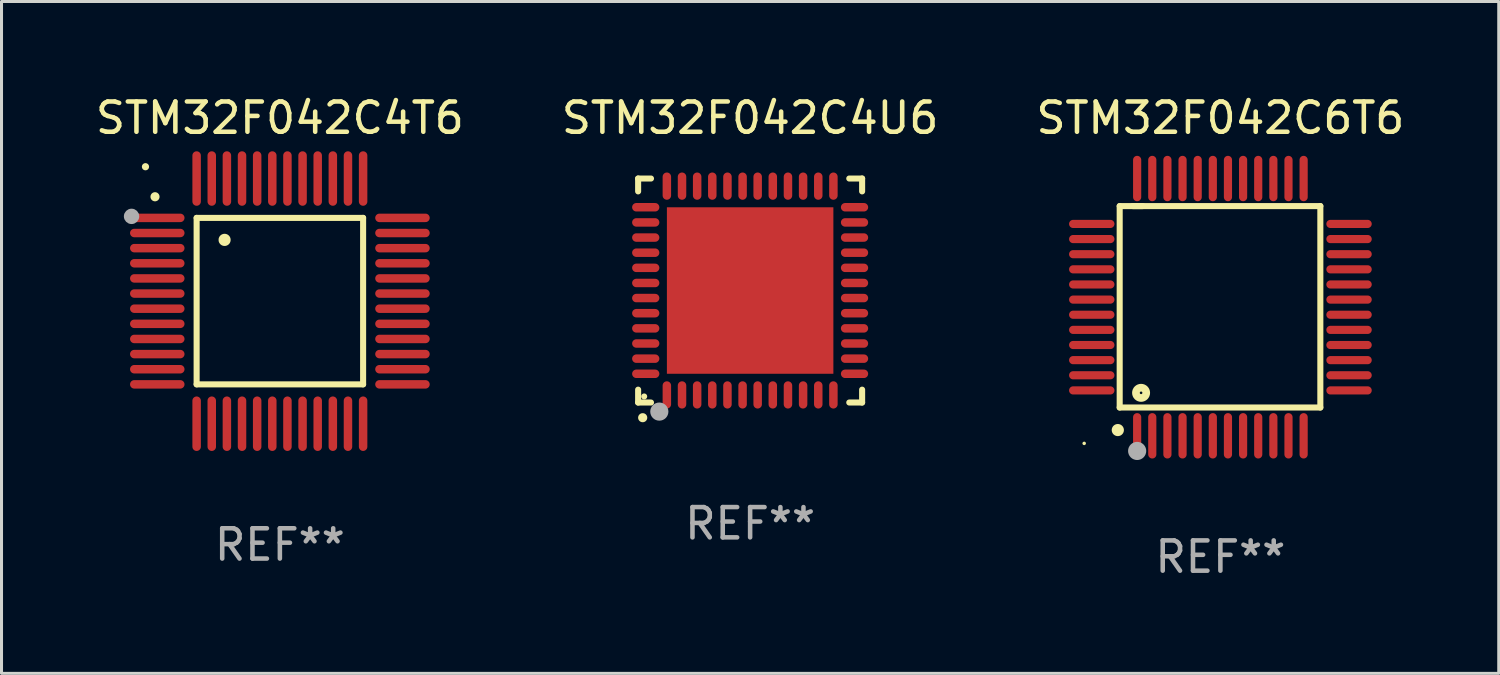
<source format=kicad_pcb>
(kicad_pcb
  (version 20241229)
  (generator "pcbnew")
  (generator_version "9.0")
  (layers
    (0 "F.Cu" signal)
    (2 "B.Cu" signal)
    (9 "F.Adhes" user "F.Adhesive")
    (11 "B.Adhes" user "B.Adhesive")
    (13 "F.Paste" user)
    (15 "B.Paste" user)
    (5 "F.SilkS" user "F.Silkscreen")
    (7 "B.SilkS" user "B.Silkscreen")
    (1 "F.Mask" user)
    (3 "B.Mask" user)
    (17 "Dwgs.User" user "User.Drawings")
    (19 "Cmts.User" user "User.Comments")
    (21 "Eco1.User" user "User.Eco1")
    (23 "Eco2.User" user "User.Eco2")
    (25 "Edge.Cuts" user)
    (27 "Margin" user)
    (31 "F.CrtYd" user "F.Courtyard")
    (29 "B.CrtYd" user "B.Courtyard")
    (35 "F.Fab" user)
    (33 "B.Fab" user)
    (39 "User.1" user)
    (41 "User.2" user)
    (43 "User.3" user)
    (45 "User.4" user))
  (footprint "STM32F042C6T6"
    (layer "F.Cu")
    (at 37.268 7.098)
    (property "Reference" "STM32F042C6T6" (at 0 -6.25 0) (layer "F.SilkS") (effects (font (size 1 1) (thickness 0.15))))
    (attr through_hole)
    (fp_line (start -3.327 -3.34) (end -2.565 -3.34) (stroke (width 0.2) (type solid)) (layer "F.SilkS"))
    (fp_line (start -3.327 3.315) (end -3.327 -3.34) (stroke (width 0.2) (type solid)) (layer "F.SilkS"))
    (fp_line (start -2.896 -3.34) (end 3.302 -3.34) (stroke (width 0.2) (type solid)) (layer "F.SilkS"))
    (fp_line (start 3.302 -3.34) (end 3.302 3.315) (stroke (width 0.2) (type solid)) (layer "F.SilkS"))
    (fp_line (start 3.302 3.315) (end -3.327 3.315) (stroke (width 0.2) (type solid)) (layer "F.SilkS"))
    (fp_arc (start -3.389992 4.059995) (mid -3.388722 4.059991) (end -3.387452 4.059995) (stroke (width 0.4) (type solid)) (layer "F.SilkS"))
    (fp_circle (center -4.5 4.5) (end -4.47 4.5) (stroke (width 0.06) (type solid)) (fill no) (layer "F.SilkS"))
    (fp_circle (center -2.62 2.83) (end -2.45 2.83) (stroke (width 0.254) (type solid)) (fill no) (layer "F.SilkS"))
    (fp_circle (center -2.75 4.75) (end -2.6 4.75) (stroke (width 0.3) (type solid)) (fill no) (layer "F.Fab"))
    (fp_text user "REF**" (at 0 8.25 0) (layer "F.Fab") (effects (font (size 1 1) (thickness 0.15))))
    (pad "1" smd oval (at -2.75 4.25) (size 0.27 1.5) (layers "F.Cu" "F.Mask" "F.Paste"))
    (pad "2" smd oval (at -2.25 4.25) (size 0.27 1.5) (layers "F.Cu" "F.Mask" "F.Paste"))
    (pad "3" smd oval (at -1.75 4.25) (size 0.27 1.5) (layers "F.Cu" "F.Mask" "F.Paste"))
    (pad "4" smd oval (at -1.25 4.25) (size 0.27 1.5) (layers "F.Cu" "F.Mask" "F.Paste"))
    (pad "5" smd oval (at -0.75 4.25) (size 0.27 1.5) (layers "F.Cu" "F.Mask" "F.Paste"))
    (pad "6" smd oval (at -0.25 4.25) (size 0.27 1.5) (layers "F.Cu" "F.Mask" "F.Paste"))
    (pad "7" smd oval (at 0.25 4.25) (size 0.27 1.5) (layers "F.Cu" "F.Mask" "F.Paste"))
    (pad "8" smd oval (at 0.75 4.25) (size 0.27 1.5) (layers "F.Cu" "F.Mask" "F.Paste"))
    (pad "9" smd oval (at 1.25 4.25) (size 0.27 1.5) (layers "F.Cu" "F.Mask" "F.Paste"))
    (pad "10" smd oval (at 1.75 4.25) (size 0.27 1.5) (layers "F.Cu" "F.Mask" "F.Paste"))
    (pad "11" smd oval (at 2.25 4.25) (size 0.27 1.5) (layers "F.Cu" "F.Mask" "F.Paste"))
    (pad "12" smd oval (at 2.75 4.25) (size 0.27 1.5) (layers "F.Cu" "F.Mask" "F.Paste"))
    (pad "13" smd oval (at 4.25 2.75) (size 1.5 0.27) (layers "F.Cu" "F.Mask" "F.Paste"))
    (pad "14" smd oval (at 4.25 2.25) (size 1.5 0.27) (layers "F.Cu" "F.Mask" "F.Paste"))
    (pad "15" smd oval (at 4.25 1.75) (size 1.5 0.27) (layers "F.Cu" "F.Mask" "F.Paste"))
    (pad "16" smd oval (at 4.25 1.25) (size 1.5 0.27) (layers "F.Cu" "F.Mask" "F.Paste"))
    (pad "17" smd oval (at 4.25 0.75) (size 1.5 0.27) (layers "F.Cu" "F.Mask" "F.Paste"))
    (pad "18" smd oval (at 4.25 0.25) (size 1.5 0.27) (layers "F.Cu" "F.Mask" "F.Paste"))
    (pad "19" smd oval (at 4.25 -0.25) (size 1.5 0.27) (layers "F.Cu" "F.Mask" "F.Paste"))
    (pad "20" smd oval (at 4.25 -0.75) (size 1.5 0.27) (layers "F.Cu" "F.Mask" "F.Paste"))
    (pad "21" smd oval (at 4.25 -1.25) (size 1.5 0.27) (layers "F.Cu" "F.Mask" "F.Paste"))
    (pad "22" smd oval (at 4.25 -1.75) (size 1.5 0.27) (layers "F.Cu" "F.Mask" "F.Paste"))
    (pad "23" smd oval (at 4.25 -2.25) (size 1.5 0.27) (layers "F.Cu" "F.Mask" "F.Paste"))
    (pad "24" smd oval (at 4.25 -2.75) (size 1.5 0.27) (layers "F.Cu" "F.Mask" "F.Paste"))
    (pad "25" smd oval (at 2.75 -4.25) (size 0.27 1.5) (layers "F.Cu" "F.Mask" "F.Paste"))
    (pad "26" smd oval (at 2.25 -4.25) (size 0.27 1.5) (layers "F.Cu" "F.Mask" "F.Paste"))
    (pad "27" smd oval (at 1.75 -4.25) (size 0.27 1.5) (layers "F.Cu" "F.Mask" "F.Paste"))
    (pad "28" smd oval (at 1.25 -4.25) (size 0.27 1.5) (layers "F.Cu" "F.Mask" "F.Paste"))
    (pad "29" smd oval (at 0.75 -4.25) (size 0.27 1.5) (layers "F.Cu" "F.Mask" "F.Paste"))
    (pad "30" smd oval (at 0.25 -4.25) (size 0.27 1.5) (layers "F.Cu" "F.Mask" "F.Paste"))
    (pad "31" smd oval (at -0.25 -4.25) (size 0.27 1.5) (layers "F.Cu" "F.Mask" "F.Paste"))
    (pad "32" smd oval (at -0.75 -4.25) (size 0.27 1.5) (layers "F.Cu" "F.Mask" "F.Paste"))
    (pad "33" smd oval (at -1.25 -4.25) (size 0.27 1.5) (layers "F.Cu" "F.Mask" "F.Paste"))
    (pad "34" smd oval (at -1.75 -4.25) (size 0.27 1.5) (layers "F.Cu" "F.Mask" "F.Paste"))
    (pad "35" smd oval (at -2.25 -4.25) (size 0.27 1.5) (layers "F.Cu" "F.Mask" "F.Paste"))
    (pad "36" smd oval (at -2.75 -4.25) (size 0.27 1.5) (layers "F.Cu" "F.Mask" "F.Paste"))
    (pad "37" smd oval (at -4.25 -2.75) (size 1.5 0.27) (layers "F.Cu" "F.Mask" "F.Paste"))
    (pad "38" smd oval (at -4.25 -2.25) (size 1.5 0.27) (layers "F.Cu" "F.Mask" "F.Paste"))
    (pad "39" smd oval (at -4.25 -1.75) (size 1.5 0.27) (layers "F.Cu" "F.Mask" "F.Paste"))
    (pad "40" smd oval (at -4.25 -1.25) (size 1.5 0.27) (layers "F.Cu" "F.Mask" "F.Paste"))
    (pad "41" smd oval (at -4.25 -0.75) (size 1.5 0.27) (layers "F.Cu" "F.Mask" "F.Paste"))
    (pad "42" smd oval (at -4.25 -0.25) (size 1.5 0.27) (layers "F.Cu" "F.Mask" "F.Paste"))
    (pad "43" smd oval (at -4.25 0.25) (size 1.5 0.27) (layers "F.Cu" "F.Mask" "F.Paste"))
    (pad "44" smd oval (at -4.25 0.75) (size 1.5 0.27) (layers "F.Cu" "F.Mask" "F.Paste"))
    (pad "45" smd oval (at -4.25 1.25) (size 1.5 0.27) (layers "F.Cu" "F.Mask" "F.Paste"))
    (pad "46" smd oval (at -4.25 1.75) (size 1.5 0.27) (layers "F.Cu" "F.Mask" "F.Paste"))
    (pad "47" smd oval (at -4.25 2.25) (size 1.5 0.27) (layers "F.Cu" "F.Mask" "F.Paste"))
    (pad "48" smd oval (at -4.25 2.75) (size 1.5 0.27) (layers "F.Cu" "F.Mask" "F.Paste")))
  (footprint "STM32F042C4U6"
    (layer "F.Cu")
    (at 21.732 6.548)
    (property "Reference" "STM32F042C4U6" (at 0 -5.7 0) (layer "F.SilkS") (effects (font (size 1 1) (thickness 0.15))))
    (attr through_hole)
    (fp_line (start -3.7 -3.7) (end -3.275 -3.7) (stroke (width 0.2) (type solid)) (layer "F.SilkS"))
    (fp_line (start -3.7 -3.275) (end -3.7 -3.7) (stroke (width 0.2) (type solid)) (layer "F.SilkS"))
    (fp_line (start -3.7 3.7) (end -3.7 3.275) (stroke (width 0.2) (type solid)) (layer "F.SilkS"))
    (fp_line (start -3.275 3.7) (end -3.7 3.7) (stroke (width 0.2) (type solid)) (layer "F.SilkS"))
    (fp_line (start 3.7 -3.7) (end 3.275 -3.7) (stroke (width 0.2) (type solid)) (layer "F.SilkS"))
    (fp_line (start 3.7 -3.275) (end 3.7 -3.7) (stroke (width 0.2) (type solid)) (layer "F.SilkS"))
    (fp_line (start 3.7 3.275) (end 3.7 3.7) (stroke (width 0.2) (type solid)) (layer "F.SilkS"))
    (fp_line (start 3.7 3.7) (end 3.275 3.7) (stroke (width 0.2) (type solid)) (layer "F.SilkS"))
    (fp_arc (start -3.550927 4.201168) (mid -3.549657 4.201163) (end -3.548387 4.201168) (stroke (width 0.3) (type solid)) (layer "F.SilkS"))
    (fp_circle (center -3.5 3.5) (end -3.45 3.5) (stroke (width 0.1) (type solid)) (fill no) (layer "F.SilkS"))
    (fp_circle (center -3 4) (end -2.85 4) (stroke (width 0.3) (type solid)) (fill no) (layer "F.Fab"))
    (fp_text user "REF**" (at 0 7.7 0) (layer "F.Fab") (effects (font (size 1 1) (thickness 0.15))))
    (pad "1" smd oval (at -2.751 3.449) (size 0.28 0.9) (layers "F.Cu" "F.Mask" "F.Paste"))
    (pad "2" smd oval (at -2.25 3.449) (size 0.28 0.9) (layers "F.Cu" "F.Mask" "F.Paste"))
    (pad "3" smd oval (at -1.75 3.449) (size 0.28 0.9) (layers "F.Cu" "F.Mask" "F.Paste"))
    (pad "4" smd oval (at -1.25 3.449) (size 0.28 0.9) (layers "F.Cu" "F.Mask" "F.Paste"))
    (pad "5" smd oval (at -0.749 3.449) (size 0.28 0.9) (layers "F.Cu" "F.Mask" "F.Paste"))
    (pad "6" smd oval (at -0.249 3.449) (size 0.28 0.9) (layers "F.Cu" "F.Mask" "F.Paste"))
    (pad "7" smd oval (at 0.249 3.449) (size 0.28 0.9) (layers "F.Cu" "F.Mask" "F.Paste"))
    (pad "8" smd oval (at 0.749 3.449) (size 0.28 0.9) (layers "F.Cu" "F.Mask" "F.Paste"))
    (pad "9" smd oval (at 1.25 3.449) (size 0.28 0.9) (layers "F.Cu" "F.Mask" "F.Paste"))
    (pad "10" smd oval (at 1.75 3.449) (size 0.28 0.9) (layers "F.Cu" "F.Mask" "F.Paste"))
    (pad "11" smd oval (at 2.251 3.449) (size 0.28 0.9) (layers "F.Cu" "F.Mask" "F.Paste"))
    (pad "12" smd oval (at 2.751 3.449) (size 0.28 0.9) (layers "F.Cu" "F.Mask" "F.Paste"))
    (pad "13" smd oval (at 3.449 2.751) (size 0.9 0.28) (layers "F.Cu" "F.Mask" "F.Paste"))
    (pad "14" smd oval (at 3.449 2.251) (size 0.9 0.28) (layers "F.Cu" "F.Mask" "F.Paste"))
    (pad "15" smd oval (at 3.449 1.75) (size 0.9 0.28) (layers "F.Cu" "F.Mask" "F.Paste"))
    (pad "16" smd oval (at 3.449 1.25) (size 0.9 0.28) (layers "F.Cu" "F.Mask" "F.Paste"))
    (pad "17" smd oval (at 3.449 0.749) (size 0.9 0.28) (layers "F.Cu" "F.Mask" "F.Paste"))
    (pad "18" smd oval (at 3.449 0.249) (size 0.9 0.28) (layers "F.Cu" "F.Mask" "F.Paste"))
    (pad "19" smd oval (at 3.449 -0.249) (size 0.9 0.28) (layers "F.Cu" "F.Mask" "F.Paste"))
    (pad "20" smd oval (at 3.449 -0.749) (size 0.9 0.28) (layers "F.Cu" "F.Mask" "F.Paste"))
    (pad "21" smd oval (at 3.449 -1.25) (size 0.9 0.28) (layers "F.Cu" "F.Mask" "F.Paste"))
    (pad "22" smd oval (at 3.449 -1.75) (size 0.9 0.28) (layers "F.Cu" "F.Mask" "F.Paste"))
    (pad "23" smd oval (at 3.449 -2.25) (size 0.9 0.28) (layers "F.Cu" "F.Mask" "F.Paste"))
    (pad "24" smd oval (at 3.449 -2.751) (size 0.9 0.28) (layers "F.Cu" "F.Mask" "F.Paste"))
    (pad "25" smd oval (at 2.751 -3.449) (size 0.28 0.9) (layers "F.Cu" "F.Mask" "F.Paste"))
    (pad "26" smd oval (at 2.251 -3.449) (size 0.28 0.9) (layers "F.Cu" "F.Mask" "F.Paste"))
    (pad "27" smd oval (at 1.75 -3.449) (size 0.28 0.9) (layers "F.Cu" "F.Mask" "F.Paste"))
    (pad "28" smd oval (at 1.25 -3.449) (size 0.28 0.9) (layers "F.Cu" "F.Mask" "F.Paste"))
    (pad "29" smd oval (at 0.749 -3.449) (size 0.28 0.9) (layers "F.Cu" "F.Mask" "F.Paste"))
    (pad "30" smd oval (at 0.249 -3.449) (size 0.28 0.9) (layers "F.Cu" "F.Mask" "F.Paste"))
    (pad "31" smd oval (at -0.249 -3.449) (size 0.28 0.9) (layers "F.Cu" "F.Mask" "F.Paste"))
    (pad "32" smd oval (at -0.749 -3.449) (size 0.28 0.9) (layers "F.Cu" "F.Mask" "F.Paste"))
    (pad "33" smd oval (at -1.25 -3.449) (size 0.28 0.9) (layers "F.Cu" "F.Mask" "F.Paste"))
    (pad "34" smd oval (at -1.75 -3.449) (size 0.28 0.9) (layers "F.Cu" "F.Mask" "F.Paste"))
    (pad "35" smd oval (at -2.25 -3.449) (size 0.28 0.9) (layers "F.Cu" "F.Mask" "F.Paste"))
    (pad "36" smd oval (at -2.751 -3.449) (size 0.28 0.9) (layers "F.Cu" "F.Mask" "F.Paste"))
    (pad "37" smd oval (at -3.449 -2.751) (size 0.9 0.28) (layers "F.Cu" "F.Mask" "F.Paste"))
    (pad "38" smd oval (at -3.449 -2.25) (size 0.9 0.28) (layers "F.Cu" "F.Mask" "F.Paste"))
    (pad "39" smd oval (at -3.449 -1.75) (size 0.9 0.28) (layers "F.Cu" "F.Mask" "F.Paste"))
    (pad "40" smd oval (at -3.449 -1.25) (size 0.9 0.28) (layers "F.Cu" "F.Mask" "F.Paste"))
    (pad "41" smd oval (at -3.449 -0.749) (size 0.9 0.28) (layers "F.Cu" "F.Mask" "F.Paste"))
    (pad "42" smd oval (at -3.449 -0.249) (size 0.9 0.28) (layers "F.Cu" "F.Mask" "F.Paste"))
    (pad "43" smd oval (at -3.449 0.249) (size 0.9 0.28) (layers "F.Cu" "F.Mask" "F.Paste"))
    (pad "44" smd oval (at -3.449 0.749) (size 0.9 0.28) (layers "F.Cu" "F.Mask" "F.Paste"))
    (pad "45" smd oval (at -3.449 1.25) (size 0.9 0.28) (layers "F.Cu" "F.Mask" "F.Paste"))
    (pad "46" smd oval (at -3.449 1.75) (size 0.9 0.28) (layers "F.Cu" "F.Mask" "F.Paste"))
    (pad "47" smd oval (at -3.449 2.251) (size 0.9 0.28) (layers "F.Cu" "F.Mask" "F.Paste"))
    (pad "48" smd oval (at -3.449 2.751) (size 0.9 0.28) (layers "F.Cu" "F.Mask" "F.Paste"))
    (pad "49" smd rect (at 0.000076 0.000076) (size 5.5 5.5) (layers "F.Cu" "F.Mask" "F.Paste")))
  (footprint "STM32F042C4T6"
    (layer "F.Cu")
    (at 6.196 6.898)
    (property "Reference" "STM32F042C4T6" (at 0 -6.05 0) (layer "F.SilkS") (effects (font (size 1 1) (thickness 0.15))))
    (attr through_hole)
    (fp_line (start -2.75 -2.75) (end 2.75 -2.75) (stroke (width 0.2) (type solid)) (layer "F.SilkS"))
    (fp_line (start -2.75 2.75) (end -2.75 -2.75) (stroke (width 0.2) (type solid)) (layer "F.SilkS"))
    (fp_line (start 2.75 -2.75) (end 2.75 2.75) (stroke (width 0.2) (type solid)) (layer "F.SilkS"))
    (fp_line (start 2.75 2.75) (end -2.75 2.75) (stroke (width 0.2) (type solid)) (layer "F.SilkS"))
    (fp_arc (start -4.124968 -3.446787) (mid -4.124973 -3.448057) (end -4.124968 -3.449327) (stroke (width 0.3) (type solid)) (layer "F.SilkS"))
    (fp_arc (start -1.826264 -2.021844) (mid -1.826268 -2.023114) (end -1.826264 -2.024384) (stroke (width 0.4) (type solid)) (layer "F.SilkS"))
    (fp_circle (center -4.44 -4.44) (end -4.38 -4.44) (stroke (width 0.12) (type solid)) (fill no) (layer "F.SilkS"))
    (fp_circle (center -4.9 -2.8) (end -4.773 -2.8) (stroke (width 0.254) (type solid)) (fill no) (layer "F.Fab"))
    (fp_text user "REF**" (at 0 8.05 0) (layer "F.Fab") (effects (font (size 1 1) (thickness 0.15))))
    (pad "1" smd oval (at -4.05 -2.75 90) (size 0.28 1.8) (layers "F.Cu" "F.Mask" "F.Paste"))
    (pad "2" smd oval (at -4.05 -2.25 90) (size 0.28 1.8) (layers "F.Cu" "F.Mask" "F.Paste"))
    (pad "3" smd oval (at -4.05 -1.75 90) (size 0.28 1.8) (layers "F.Cu" "F.Mask" "F.Paste"))
    (pad "4" smd oval (at -4.05 -1.25 90) (size 0.28 1.8) (layers "F.Cu" "F.Mask" "F.Paste"))
    (pad "5" smd oval (at -4.05 -0.75 90) (size 0.28 1.8) (layers "F.Cu" "F.Mask" "F.Paste"))
    (pad "6" smd oval (at -4.05 -0.25 90) (size 0.28 1.8) (layers "F.Cu" "F.Mask" "F.Paste"))
    (pad "7" smd oval (at -4.05 0.25 90) (size 0.28 1.8) (layers "F.Cu" "F.Mask" "F.Paste"))
    (pad "8" smd oval (at -4.05 0.75 90) (size 0.28 1.8) (layers "F.Cu" "F.Mask" "F.Paste"))
    (pad "9" smd oval (at -4.05 1.25 90) (size 0.28 1.8) (layers "F.Cu" "F.Mask" "F.Paste"))
    (pad "10" smd oval (at -4.05 1.75 90) (size 0.28 1.8) (layers "F.Cu" "F.Mask" "F.Paste"))
    (pad "11" smd oval (at -4.05 2.25 90) (size 0.28 1.8) (layers "F.Cu" "F.Mask" "F.Paste"))
    (pad "12" smd oval (at -4.05 2.75 90) (size 0.28 1.8) (layers "F.Cu" "F.Mask" "F.Paste"))
    (pad "13" smd oval (at -2.75 4.05) (size 0.28 1.8) (layers "F.Cu" "F.Mask" "F.Paste"))
    (pad "14" smd oval (at -2.25 4.05) (size 0.28 1.8) (layers "F.Cu" "F.Mask" "F.Paste"))
    (pad "15" smd oval (at -1.75 4.05) (size 0.28 1.8) (layers "F.Cu" "F.Mask" "F.Paste"))
    (pad "16" smd oval (at -1.25 4.05) (size 0.28 1.8) (layers "F.Cu" "F.Mask" "F.Paste"))
    (pad "17" smd oval (at -0.75 4.05) (size 0.28 1.8) (layers "F.Cu" "F.Mask" "F.Paste"))
    (pad "18" smd oval (at -0.25 4.05) (size 0.28 1.8) (layers "F.Cu" "F.Mask" "F.Paste"))
    (pad "19" smd oval (at 0.25 4.05) (size 0.28 1.8) (layers "F.Cu" "F.Mask" "F.Paste"))
    (pad "20" smd oval (at 0.75 4.05) (size 0.28 1.8) (layers "F.Cu" "F.Mask" "F.Paste"))
    (pad "21" smd oval (at 1.25 4.05) (size 0.28 1.8) (layers "F.Cu" "F.Mask" "F.Paste"))
    (pad "22" smd oval (at 1.75 4.05) (size 0.28 1.8) (layers "F.Cu" "F.Mask" "F.Paste"))
    (pad "23" smd oval (at 2.25 4.05) (size 0.28 1.8) (layers "F.Cu" "F.Mask" "F.Paste"))
    (pad "24" smd oval (at 2.75 4.05) (size 0.28 1.8) (layers "F.Cu" "F.Mask" "F.Paste"))
    (pad "25" smd oval (at 4.05 2.75 90) (size 0.28 1.8) (layers "F.Cu" "F.Mask" "F.Paste"))
    (pad "26" smd oval (at 4.05 2.25 90) (size 0.28 1.8) (layers "F.Cu" "F.Mask" "F.Paste"))
    (pad "27" smd oval (at 4.05 1.75 90) (size 0.28 1.8) (layers "F.Cu" "F.Mask" "F.Paste"))
    (pad "28" smd oval (at 4.05 1.25 90) (size 0.28 1.8) (layers "F.Cu" "F.Mask" "F.Paste"))
    (pad "29" smd oval (at 4.05 0.75 90) (size 0.28 1.8) (layers "F.Cu" "F.Mask" "F.Paste"))
    (pad "30" smd oval (at 4.05 0.25 90) (size 0.28 1.8) (layers "F.Cu" "F.Mask" "F.Paste"))
    (pad "31" smd oval (at 4.05 -0.25 90) (size 0.28 1.8) (layers "F.Cu" "F.Mask" "F.Paste"))
    (pad "32" smd oval (at 4.05 -0.75 90) (size 0.28 1.8) (layers "F.Cu" "F.Mask" "F.Paste"))
    (pad "33" smd oval (at 4.05 -1.25 90) (size 0.28 1.8) (layers "F.Cu" "F.Mask" "F.Paste"))
    (pad "34" smd oval (at 4.05 -1.75 90) (size 0.28 1.8) (layers "F.Cu" "F.Mask" "F.Paste"))
    (pad "35" smd oval (at 4.05 -2.25 90) (size 0.28 1.8) (layers "F.Cu" "F.Mask" "F.Paste"))
    (pad "36" smd oval (at 4.05 -2.75 90) (size 0.28 1.8) (layers "F.Cu" "F.Mask" "F.Paste"))
    (pad "37" smd oval (at 2.75 -4.05) (size 0.28 1.8) (layers "F.Cu" "F.Mask" "F.Paste"))
    (pad "38" smd oval (at 2.25 -4.05) (size 0.28 1.8) (layers "F.Cu" "F.Mask" "F.Paste"))
    (pad "39" smd oval (at 1.75 -4.05) (size 0.28 1.8) (layers "F.Cu" "F.Mask" "F.Paste"))
    (pad "40" smd oval (at 1.25 -4.05) (size 0.28 1.8) (layers "F.Cu" "F.Mask" "F.Paste"))
    (pad "41" smd oval (at 0.75 -4.05) (size 0.28 1.8) (layers "F.Cu" "F.Mask" "F.Paste"))
    (pad "42" smd oval (at 0.25 -4.05) (size 0.28 1.8) (layers "F.Cu" "F.Mask" "F.Paste"))
    (pad "43" smd oval (at -0.25 -4.05) (size 0.28 1.8) (layers "F.Cu" "F.Mask" "F.Paste"))
    (pad "44" smd oval (at -0.75 -4.05) (size 0.28 1.8) (layers "F.Cu" "F.Mask" "F.Paste"))
    (pad "45" smd oval (at -1.25 -4.05) (size 0.28 1.8) (layers "F.Cu" "F.Mask" "F.Paste"))
    (pad "46" smd oval (at -1.75 -4.05) (size 0.28 1.8) (layers "F.Cu" "F.Mask" "F.Paste"))
    (pad "47" smd oval (at -2.25 -4.05) (size 0.28 1.8) (layers "F.Cu" "F.Mask" "F.Paste"))
    (pad "48" smd oval (at -2.75 -4.05) (size 0.28 1.8) (layers "F.Cu" "F.Mask" "F.Paste")))
  (gr_rect
    (start -3 -3)
    (end 46.464 19.196)
    (stroke (width 0.1) (type default))
    (fill no)
    (layer "Edge.Cuts")))
</source>
